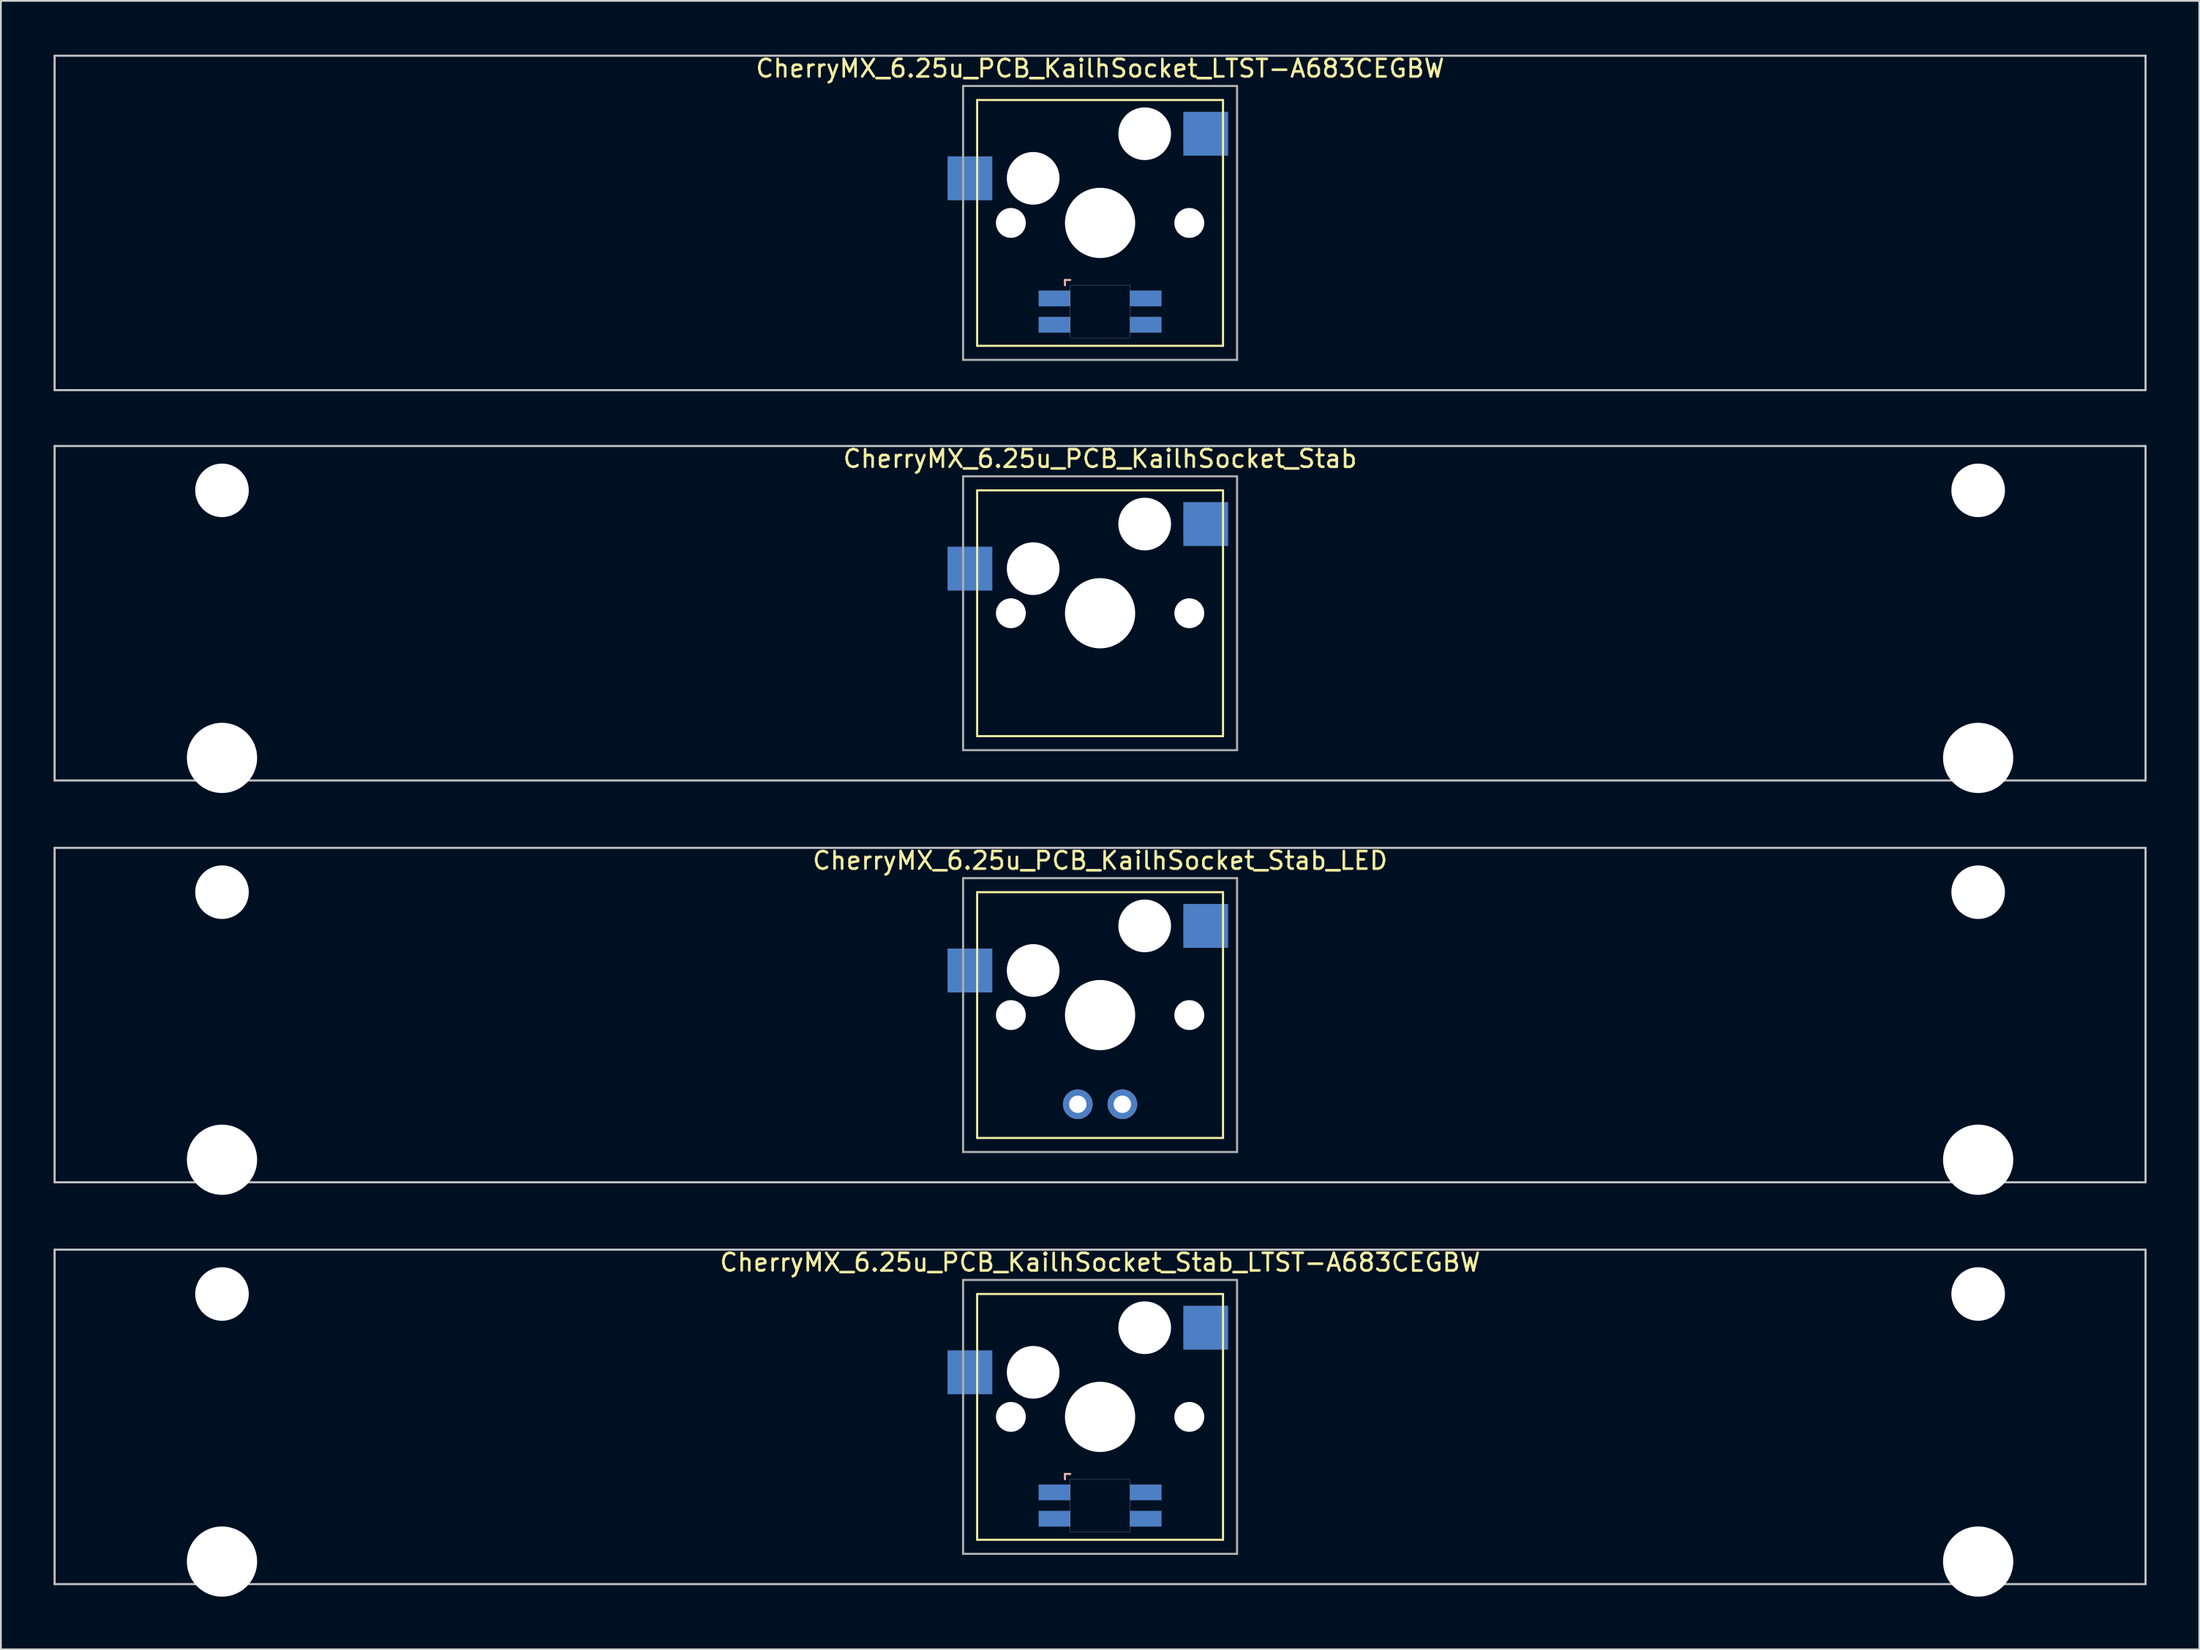
<source format=kicad_pcb>
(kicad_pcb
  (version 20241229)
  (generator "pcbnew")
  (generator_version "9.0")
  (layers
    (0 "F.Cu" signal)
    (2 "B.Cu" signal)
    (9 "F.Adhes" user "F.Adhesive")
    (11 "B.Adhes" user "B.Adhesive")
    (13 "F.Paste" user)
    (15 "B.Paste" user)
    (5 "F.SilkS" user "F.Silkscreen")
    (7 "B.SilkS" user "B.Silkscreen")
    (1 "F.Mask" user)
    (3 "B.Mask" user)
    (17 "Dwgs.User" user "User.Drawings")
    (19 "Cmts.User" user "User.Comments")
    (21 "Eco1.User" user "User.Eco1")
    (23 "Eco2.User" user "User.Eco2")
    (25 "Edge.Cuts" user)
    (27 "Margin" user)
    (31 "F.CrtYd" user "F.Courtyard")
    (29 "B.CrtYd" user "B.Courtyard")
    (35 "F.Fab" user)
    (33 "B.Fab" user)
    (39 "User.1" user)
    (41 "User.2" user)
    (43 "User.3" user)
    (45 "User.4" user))
  (footprint "CherryMX_6.25u_PCB_KailhSocket_Stab_LED"
    (layer "F.Cu")
    (at 59.591 54.77)
    (property "Reference" "CherryMX_6.25u_PCB_KailhSocket_Stab_LED" (at 0 -8.8 0) (layer "F.SilkS") (effects (font (size 1 1) (thickness 0.15))))
    (attr through_hole)
    (fp_line (start -7 -7) (end -7 7) (stroke (width 0.12) (type solid)) (layer "F.SilkS"))
    (fp_line (start -7 -7) (end 7 -7) (stroke (width 0.12) (type solid)) (layer "F.SilkS"))
    (fp_line (start 7 -7) (end 7 7) (stroke (width 0.12) (type solid)) (layer "F.SilkS"))
    (fp_line (start 7 7) (end -7 7) (stroke (width 0.12) (type solid)) (layer "F.SilkS"))
    (fp_line (start -59.531 -9.525) (end 59.531 -9.525) (stroke (width 0.12) (type solid)) (layer "Dwgs.User"))
    (fp_line (start -59.531 9.525) (end -59.531 -9.525) (stroke (width 0.12) (type solid)) (layer "Dwgs.User"))
    (fp_line (start 59.531 -9.525) (end 59.531 9.525) (stroke (width 0.12) (type solid)) (layer "Dwgs.User"))
    (fp_line (start 59.531 9.525) (end -59.531 9.525) (stroke (width 0.12) (type solid)) (layer "Dwgs.User"))
    (fp_line (start -7.8 -7.8) (end -7.8 7.8) (stroke (width 0.12) (type solid)) (layer "F.Fab"))
    (fp_line (start -7.8 -7.8) (end 7.8 -7.8) (stroke (width 0.12) (type solid)) (layer "F.Fab"))
    (fp_line (start -7.8 7.8) (end 7.8 7.8) (stroke (width 0.12) (type solid)) (layer "F.Fab"))
    (fp_line (start 7.8 -7.8) (end 7.8 7.8) (stroke (width 0.12) (type solid)) (layer "F.Fab"))
    (pad "" np_thru_hole circle (at -50 -7) (size 3.05 3.05) (drill 3.05) (layers "*.Cu" "*.Mask"))
    (pad "" np_thru_hole circle (at -50 8.24) (size 4 4) (drill 4) (layers "*.Cu" "*.Mask"))
    (pad "" np_thru_hole circle (at -5.08 0) (size 1.7 1.7) (drill 1.7) (layers "*.Cu" "*.Mask"))
    (pad "" np_thru_hole circle (at -3.81 -2.54) (size 3 3) (drill 3) (layers "*.Cu" "*.Mask"))
    (pad "" np_thru_hole circle (at 0 0) (size 4 4) (drill 4) (layers "*.Cu" "*.Mask"))
    (pad "" np_thru_hole circle (at 2.54 -5.08) (size 3 3) (drill 3) (layers "*.Cu" "*.Mask"))
    (pad "" np_thru_hole circle (at 5.08 0) (size 1.7 1.7) (drill 1.7) (layers "*.Cu" "*.Mask"))
    (pad "" np_thru_hole circle (at 50 -7) (size 3.05 3.05) (drill 3.05) (layers "*.Cu" "*.Mask"))
    (pad "" np_thru_hole circle (at 50 8.24) (size 4 4) (drill 4) (layers "*.Cu" "*.Mask"))
    (pad "1" smd rect (at -7.41 -2.54) (size 2.55 2.5) (layers "B.Cu" "B.Mask" "B.Paste"))
    (pad "2" smd rect (at 6.015 -5.08) (size 2.55 2.5) (layers "B.Cu" "B.Mask" "B.Paste"))
    (pad "3" thru_hole circle (at -1.27 5.08) (size 1.691 1.691) (drill 0.991) (layers "*.Cu" "*.Mask"))
    (pad "4" thru_hole circle (at 1.27 5.08) (size 1.691 1.691) (drill 0.991) (layers "*.Cu" "*.Mask")))
  (footprint "CherryMX_6.25u_PCB_KailhSocket_LTST-A683CEGBW"
    (layer "F.Cu")
    (at 59.591 9.648)
    (property "Reference" "CherryMX_6.25u_PCB_KailhSocket_LTST-A683CEGBW" (at 0 -8.8 0) (layer "F.SilkS") (effects (font (size 1 1) (thickness 0.15))))
    (attr through_hole)
    (fp_line (start -7 -7) (end -7 7) (stroke (width 0.12) (type solid)) (layer "F.SilkS"))
    (fp_line (start -7 -7) (end 7 -7) (stroke (width 0.12) (type solid)) (layer "F.SilkS"))
    (fp_line (start 7 -7) (end 7 7) (stroke (width 0.12) (type solid)) (layer "F.SilkS"))
    (fp_line (start 7 7) (end -7 7) (stroke (width 0.12) (type solid)) (layer "F.SilkS"))
    (fp_line (start -2 3.25) (end -2 3.55) (stroke (width 0.12) (type solid)) (layer "B.SilkS"))
    (fp_line (start -1.7 3.25) (end -2 3.25) (stroke (width 0.12) (type solid)) (layer "B.SilkS"))
    (fp_line (start -59.531 -9.525) (end 59.531 -9.525) (stroke (width 0.12) (type solid)) (layer "Dwgs.User"))
    (fp_line (start -59.531 9.525) (end -59.531 -9.525) (stroke (width 0.12) (type solid)) (layer "Dwgs.User"))
    (fp_line (start 59.531 -9.525) (end 59.531 9.525) (stroke (width 0.12) (type solid)) (layer "Dwgs.User"))
    (fp_line (start 59.531 9.525) (end -59.531 9.525) (stroke (width 0.12) (type solid)) (layer "Dwgs.User"))
    (fp_poly (pts (xy 1.7 6.55) (xy -1.7 6.55) (xy -1.7 3.55) (xy 1.7 3.55)) (stroke (width 0.01) (type solid)) (fill no) (layer "Edge.Cuts"))
    (fp_line (start -7.8 -7.8) (end -7.8 7.8) (stroke (width 0.12) (type solid)) (layer "F.Fab"))
    (fp_line (start -7.8 -7.8) (end 7.8 -7.8) (stroke (width 0.12) (type solid)) (layer "F.Fab"))
    (fp_line (start -7.8 7.8) (end 7.8 7.8) (stroke (width 0.12) (type solid)) (layer "F.Fab"))
    (fp_line (start 7.8 -7.8) (end 7.8 7.8) (stroke (width 0.12) (type solid)) (layer "F.Fab"))
    (pad "" np_thru_hole circle (at -5.08 0) (size 1.7 1.7) (drill 1.7) (layers "*.Cu" "*.Mask"))
    (pad "" np_thru_hole circle (at -3.81 -2.54) (size 3 3) (drill 3) (layers "*.Cu" "*.Mask"))
    (pad "" np_thru_hole circle (at 0 0) (size 4 4) (drill 4) (layers "*.Cu" "*.Mask"))
    (pad "" np_thru_hole circle (at 2.54 -5.08) (size 3 3) (drill 3) (layers "*.Cu" "*.Mask"))
    (pad "" np_thru_hole circle (at 5.08 0) (size 1.7 1.7) (drill 1.7) (layers "*.Cu" "*.Mask"))
    (pad "1" smd rect (at -7.41 -2.54) (size 2.55 2.5) (layers "B.Cu" "B.Mask" "B.Paste"))
    (pad "2" smd rect (at 6.015 -5.08) (size 2.55 2.5) (layers "B.Cu" "B.Mask" "B.Paste"))
    (pad "3" smd rect (at -2.6 4.3) (size 1.8 0.9) (layers "B.Cu" "B.Mask" "B.Paste"))
    (pad "4" smd rect (at -2.6 5.8) (size 1.8 0.9) (layers "B.Cu" "B.Mask" "B.Paste"))
    (pad "5" smd rect (at 2.6 4.3) (size 1.8 0.9) (layers "B.Cu" "B.Mask" "B.Paste"))
    (pad "6" smd rect (at 2.6 5.8) (size 1.8 0.9) (layers "B.Cu" "B.Mask" "B.Paste")))
  (footprint "CherryMX_6.25u_PCB_KailhSocket_Stab"
    (layer "F.Cu")
    (at 59.591 31.881)
    (property "Reference" "CherryMX_6.25u_PCB_KailhSocket_Stab" (at 0 -8.8 0) (layer "F.SilkS") (effects (font (size 1 1) (thickness 0.15))))
    (attr through_hole)
    (fp_line (start -7 -7) (end -7 7) (stroke (width 0.12) (type solid)) (layer "F.SilkS"))
    (fp_line (start -7 -7) (end 7 -7) (stroke (width 0.12) (type solid)) (layer "F.SilkS"))
    (fp_line (start 7 -7) (end 7 7) (stroke (width 0.12) (type solid)) (layer "F.SilkS"))
    (fp_line (start 7 7) (end -7 7) (stroke (width 0.12) (type solid)) (layer "F.SilkS"))
    (fp_line (start -59.531 -9.525) (end 59.531 -9.525) (stroke (width 0.12) (type solid)) (layer "Dwgs.User"))
    (fp_line (start -59.531 9.525) (end -59.531 -9.525) (stroke (width 0.12) (type solid)) (layer "Dwgs.User"))
    (fp_line (start 59.531 -9.525) (end 59.531 9.525) (stroke (width 0.12) (type solid)) (layer "Dwgs.User"))
    (fp_line (start 59.531 9.525) (end -59.531 9.525) (stroke (width 0.12) (type solid)) (layer "Dwgs.User"))
    (fp_line (start -7.8 -7.8) (end -7.8 7.8) (stroke (width 0.12) (type solid)) (layer "F.Fab"))
    (fp_line (start -7.8 -7.8) (end 7.8 -7.8) (stroke (width 0.12) (type solid)) (layer "F.Fab"))
    (fp_line (start -7.8 7.8) (end 7.8 7.8) (stroke (width 0.12) (type solid)) (layer "F.Fab"))
    (fp_line (start 7.8 -7.8) (end 7.8 7.8) (stroke (width 0.12) (type solid)) (layer "F.Fab"))
    (pad "" np_thru_hole circle (at -50 -7) (size 3.05 3.05) (drill 3.05) (layers "*.Cu" "*.Mask"))
    (pad "" np_thru_hole circle (at -50 8.24) (size 4 4) (drill 4) (layers "*.Cu" "*.Mask"))
    (pad "" np_thru_hole circle (at -5.08 0) (size 1.7 1.7) (drill 1.7) (layers "*.Cu" "*.Mask"))
    (pad "" np_thru_hole circle (at -3.81 -2.54) (size 3 3) (drill 3) (layers "*.Cu" "*.Mask"))
    (pad "" np_thru_hole circle (at 0 0) (size 4 4) (drill 4) (layers "*.Cu" "*.Mask"))
    (pad "" np_thru_hole circle (at 2.54 -5.08) (size 3 3) (drill 3) (layers "*.Cu" "*.Mask"))
    (pad "" np_thru_hole circle (at 5.08 0) (size 1.7 1.7) (drill 1.7) (layers "*.Cu" "*.Mask"))
    (pad "" np_thru_hole circle (at 50 -7) (size 3.05 3.05) (drill 3.05) (layers "*.Cu" "*.Mask"))
    (pad "" np_thru_hole circle (at 50 8.24) (size 4 4) (drill 4) (layers "*.Cu" "*.Mask"))
    (pad "1" smd rect (at -7.41 -2.54) (size 2.55 2.5) (layers "B.Cu" "B.Mask" "B.Paste"))
    (pad "2" smd rect (at 6.015 -5.08) (size 2.55 2.5) (layers "B.Cu" "B.Mask" "B.Paste")))
  (footprint "CherryMX_6.25u_PCB_KailhSocket_Stab_LTST-A683CEGBW"
    (layer "F.Cu")
    (at 59.591 77.658)
    (property "Reference" "CherryMX_6.25u_PCB_KailhSocket_Stab_LTST-A683CEGBW" (at 0 -8.8 0) (layer "F.SilkS") (effects (font (size 1 1) (thickness 0.15))))
    (attr through_hole)
    (fp_line (start -7 -7) (end -7 7) (stroke (width 0.12) (type solid)) (layer "F.SilkS"))
    (fp_line (start -7 -7) (end 7 -7) (stroke (width 0.12) (type solid)) (layer "F.SilkS"))
    (fp_line (start 7 -7) (end 7 7) (stroke (width 0.12) (type solid)) (layer "F.SilkS"))
    (fp_line (start 7 7) (end -7 7) (stroke (width 0.12) (type solid)) (layer "F.SilkS"))
    (fp_line (start -2 3.25) (end -2 3.55) (stroke (width 0.12) (type solid)) (layer "B.SilkS"))
    (fp_line (start -1.7 3.25) (end -2 3.25) (stroke (width 0.12) (type solid)) (layer "B.SilkS"))
    (fp_line (start -59.531 -9.525) (end 59.531 -9.525) (stroke (width 0.12) (type solid)) (layer "Dwgs.User"))
    (fp_line (start -59.531 9.525) (end -59.531 -9.525) (stroke (width 0.12) (type solid)) (layer "Dwgs.User"))
    (fp_line (start 59.531 -9.525) (end 59.531 9.525) (stroke (width 0.12) (type solid)) (layer "Dwgs.User"))
    (fp_line (start 59.531 9.525) (end -59.531 9.525) (stroke (width 0.12) (type solid)) (layer "Dwgs.User"))
    (fp_poly (pts (xy 1.7 6.55) (xy -1.7 6.55) (xy -1.7 3.55) (xy 1.7 3.55)) (stroke (width 0.01) (type solid)) (fill no) (layer "Edge.Cuts"))
    (fp_line (start -7.8 -7.8) (end -7.8 7.8) (stroke (width 0.12) (type solid)) (layer "F.Fab"))
    (fp_line (start -7.8 -7.8) (end 7.8 -7.8) (stroke (width 0.12) (type solid)) (layer "F.Fab"))
    (fp_line (start -7.8 7.8) (end 7.8 7.8) (stroke (width 0.12) (type solid)) (layer "F.Fab"))
    (fp_line (start 7.8 -7.8) (end 7.8 7.8) (stroke (width 0.12) (type solid)) (layer "F.Fab"))
    (pad "" np_thru_hole circle (at -50 -7) (size 3.05 3.05) (drill 3.05) (layers "*.Cu" "*.Mask"))
    (pad "" np_thru_hole circle (at -50 8.24) (size 4 4) (drill 4) (layers "*.Cu" "*.Mask"))
    (pad "" np_thru_hole circle (at -5.08 0) (size 1.7 1.7) (drill 1.7) (layers "*.Cu" "*.Mask"))
    (pad "" np_thru_hole circle (at -3.81 -2.54) (size 3 3) (drill 3) (layers "*.Cu" "*.Mask"))
    (pad "" np_thru_hole circle (at 0 0) (size 4 4) (drill 4) (layers "*.Cu" "*.Mask"))
    (pad "" np_thru_hole circle (at 2.54 -5.08) (size 3 3) (drill 3) (layers "*.Cu" "*.Mask"))
    (pad "" np_thru_hole circle (at 5.08 0) (size 1.7 1.7) (drill 1.7) (layers "*.Cu" "*.Mask"))
    (pad "" np_thru_hole circle (at 50 -7) (size 3.05 3.05) (drill 3.05) (layers "*.Cu" "*.Mask"))
    (pad "" np_thru_hole circle (at 50 8.24) (size 4 4) (drill 4) (layers "*.Cu" "*.Mask"))
    (pad "1" smd rect (at -7.41 -2.54) (size 2.55 2.5) (layers "B.Cu" "B.Mask" "B.Paste"))
    (pad "2" smd rect (at 6.015 -5.08) (size 2.55 2.5) (layers "B.Cu" "B.Mask" "B.Paste"))
    (pad "3" smd rect (at -2.6 4.3) (size 1.8 0.9) (layers "B.Cu" "B.Mask" "B.Paste"))
    (pad "4" smd rect (at -2.6 5.8) (size 1.8 0.9) (layers "B.Cu" "B.Mask" "B.Paste"))
    (pad "5" smd rect (at 2.6 4.3) (size 1.8 0.9) (layers "B.Cu" "B.Mask" "B.Paste"))
    (pad "6" smd rect (at 2.6 5.8) (size 1.8 0.9) (layers "B.Cu" "B.Mask" "B.Paste")))
  (gr_rect
    (start -3 -3)
    (end 122.183 90.898)
    (stroke (width 0.1) (type default))
    (fill no)
    (layer "Edge.Cuts")))
</source>
